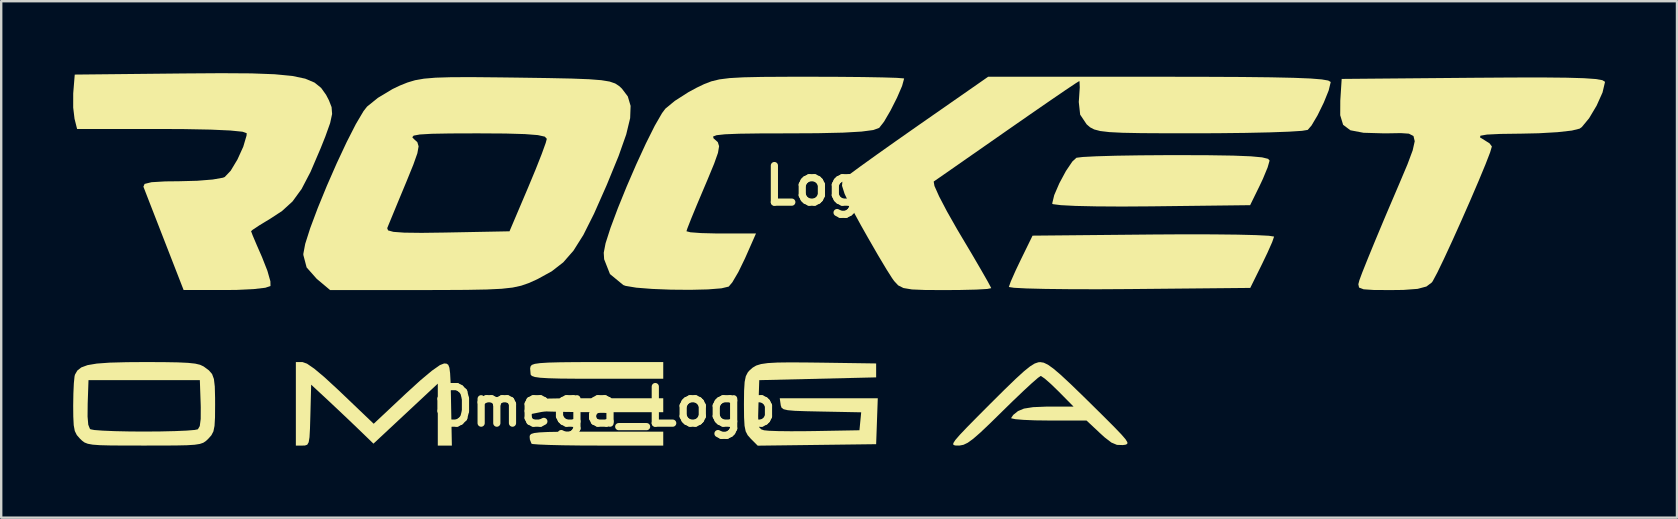
<source format=kicad_pcb>
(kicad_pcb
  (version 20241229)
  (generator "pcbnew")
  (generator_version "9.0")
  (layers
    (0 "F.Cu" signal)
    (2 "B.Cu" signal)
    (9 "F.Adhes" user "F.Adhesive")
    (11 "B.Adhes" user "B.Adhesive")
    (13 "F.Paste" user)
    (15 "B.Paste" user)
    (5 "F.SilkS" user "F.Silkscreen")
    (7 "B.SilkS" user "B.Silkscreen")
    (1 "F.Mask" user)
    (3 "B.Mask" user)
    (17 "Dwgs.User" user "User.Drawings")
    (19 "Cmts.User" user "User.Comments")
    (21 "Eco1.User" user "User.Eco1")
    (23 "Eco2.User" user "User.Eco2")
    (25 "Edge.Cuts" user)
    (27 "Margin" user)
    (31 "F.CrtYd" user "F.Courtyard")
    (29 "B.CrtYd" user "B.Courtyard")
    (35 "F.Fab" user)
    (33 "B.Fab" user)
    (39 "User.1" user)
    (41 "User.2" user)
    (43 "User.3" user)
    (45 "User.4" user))
  (footprint "Omega_Logo"
    (layer "F.Cu")
    (at 22.153 13.894)
    (property "Reference" "Omega_Logo" (at 0 0 0) (layer "F.SilkS") (effects (font (size 1.524 1.524) (thickness 0.3))))
    (attr board_only exclude_from_pos_files exclude_from_bom)
    (fp_poly (pts (xy 2.436 0.232) (xy -0.271 0.232) (xy -1.041 0.229) (xy -1.732 0.22) (xy -2.311 0.206) (xy -2.745 0.188) (xy -3.001 0.168) (xy -3.054 0.155) (xy -3.121 -0.016) (xy -3.132 -0.135) (xy -3.119 -0.202) (xy -3.065 -0.253) (xy -2.941 -0.291) (xy -2.72 -0.317) (xy -2.375 -0.334) (xy -1.879 -0.343) (xy -1.205 -0.347) (xy -0.348 -0.348) (xy 2.436 -0.348)) (stroke (width 0) (type solid)) (fill yes) (layer "F.SilkS"))
    (fp_poly (pts (xy 2.436 1.624) (xy -0.271 1.624) (xy -1.041 1.621) (xy -1.732 1.612) (xy -2.311 1.598) (xy -2.745 1.58) (xy -3.001 1.56) (xy -3.054 1.546) (xy -3.121 1.376) (xy -3.132 1.256) (xy -3.119 1.19) (xy -3.065 1.139) (xy -2.941 1.101) (xy -2.72 1.075) (xy -2.375 1.058) (xy -1.879 1.049) (xy -1.205 1.045) (xy -0.348 1.044) (xy 2.436 1.044)) (stroke (width 0) (type solid)) (fill yes) (layer "F.SilkS"))
    (fp_poly (pts (xy 2.436 -1.16) (xy -0.294 -1.16) (xy -1.175 -1.162) (xy -1.851 -1.168) (xy -2.348 -1.182) (xy -2.694 -1.203) (xy -2.915 -1.234) (xy -3.038 -1.277) (xy -3.089 -1.333) (xy -3.09 -1.334) (xy -3.111 -1.596) (xy -3.09 -1.682) (xy -3.039 -1.738) (xy -2.917 -1.781) (xy -2.696 -1.812) (xy -2.352 -1.834) (xy -1.856 -1.847) (xy -1.181 -1.854) (xy -0.302 -1.856) (xy 2.436 -1.856)) (stroke (width 0) (type solid)) (fill yes) (layer "F.SilkS"))
    (fp_poly (pts (xy -12.409 -1.789) (xy -12.107 -1.581) (xy -11.679 -1.222) (xy -11.114 -0.701) (xy -10.976 -0.57) (xy -9.63 0.715) (xy -8.291 -0.541) (xy -7.682 -1.096) (xy -7.206 -1.494) (xy -6.87 -1.73) (xy -6.695 -1.798) (xy -6.595 -1.79) (xy -6.524 -1.743) (xy -6.476 -1.622) (xy -6.446 -1.392) (xy -6.426 -1.018) (xy -6.412 -0.466) (xy -6.405 -0.087) (xy -6.373 1.624) (xy -6.959 1.624) (xy -6.959 -0.957) (xy -9.64 1.544) (xy -10.242 0.962) (xy -10.644 0.577) (xy -11.113 0.133) (xy -11.54 -0.268) (xy -12.236 -0.914) (xy -12.269 0.355) (xy -12.285 0.91) (xy -12.305 1.274) (xy -12.34 1.486) (xy -12.4 1.589) (xy -12.495 1.621) (xy -12.588 1.624) (xy -12.874 1.624) (xy -12.874 -1.856) (xy -12.598 -1.856)) (stroke (width 0) (type solid)) (fill yes) (layer "F.SilkS"))
    (fp_poly (pts (xy 8.467 -1.838) (xy 9.047 -1.831) (xy 11.308 -1.798) (xy 11.308 -1.218) (xy 6.437 -1.102) (xy 6.404 -0.09) (xy 6.391 0.396) (xy 6.399 0.699) (xy 6.438 0.867) (xy 6.519 0.948) (xy 6.635 0.987) (xy 6.839 1.007) (xy 7.229 1.021) (xy 7.757 1.027) (xy 8.377 1.024) (xy 8.757 1.019) (xy 10.612 0.986) (xy 10.685 0.238) (xy 9.025 0.206) (xy 8.374 0.192) (xy 7.92 0.176) (xy 7.625 0.15) (xy 7.453 0.11) (xy 7.368 0.048) (xy 7.335 -0.042) (xy 7.328 -0.087) (xy 7.291 -0.348) (xy 11.376 -0.348) (xy 11.308 1.566) (xy 8.841 1.597) (xy 6.373 1.628) (xy 6.086 1.341) (xy 5.955 1.193) (xy 5.871 1.031) (xy 5.824 0.8) (xy 5.804 0.448) (xy 5.799 -0.08) (xy 5.799 -0.111) (xy 5.805 -0.66) (xy 5.828 -1.029) (xy 5.877 -1.267) (xy 5.96 -1.427) (xy 6.028 -1.505) (xy 6.16 -1.622) (xy 6.31 -1.711) (xy 6.512 -1.773) (xy 6.796 -1.814) (xy 7.195 -1.836) (xy 7.742 -1.843)) (stroke (width 0) (type solid)) (fill yes) (layer "F.SilkS"))
    (fp_poly (pts (xy 18.293 -1.83) (xy 18.467 -1.746) (xy 18.694 -1.584) (xy 19 -1.323) (xy 19.408 -0.944) (xy 19.942 -0.427) (xy 20.231 -0.143) (xy 20.806 0.425) (xy 21.232 0.852) (xy 21.525 1.157) (xy 21.702 1.362) (xy 21.779 1.489) (xy 21.771 1.557) (xy 21.696 1.589) (xy 21.585 1.603) (xy 21.343 1.595) (xy 21.111 1.498) (xy 20.824 1.277) (xy 20.641 1.11) (xy 20.075 0.58) (xy 18.504 0.58) (xy 17.931 0.573) (xy 17.451 0.553) (xy 17.108 0.524) (xy 16.942 0.488) (xy 16.933 0.477) (xy 17.021 0.346) (xy 17.219 0.187) (xy 17.467 0.083) (xy 17.847 0.023) (xy 18.404 0.000447) (xy 18.52 0) (xy 19.535 0) (xy 18.905 -0.638) (xy 18.592 -0.941) (xy 18.334 -1.167) (xy 18.18 -1.273) (xy 18.165 -1.276) (xy 18.051 -1.198) (xy 17.802 -0.982) (xy 17.446 -0.653) (xy 17.012 -0.239) (xy 16.59 0.174) (xy 16.053 0.701) (xy 15.65 1.083) (xy 15.35 1.344) (xy 15.126 1.506) (xy 14.949 1.591) (xy 14.789 1.622) (xy 14.726 1.624) (xy 14.598 1.62) (xy 14.525 1.593) (xy 14.523 1.524) (xy 14.608 1.392) (xy 14.795 1.176) (xy 15.1 0.855) (xy 15.539 0.41) (xy 16.063 -0.116) (xy 16.658 -0.707) (xy 17.117 -1.151) (xy 17.463 -1.467) (xy 17.721 -1.675) (xy 17.914 -1.795) (xy 18.067 -1.847) (xy 18.15 -1.853)) (stroke (width 0) (type solid)) (fill yes) (layer "F.SilkS"))
    (fp_poly (pts (xy -18.381 -1.853) (xy -17.792 -1.843) (xy -17.366 -1.823) (xy -17.069 -1.791) (xy -16.866 -1.743) (xy -16.725 -1.677) (xy -16.698 -1.659) (xy -16.497 -1.51) (xy -16.365 -1.357) (xy -16.289 -1.15) (xy -16.252 -0.837) (xy -16.24 -0.368) (xy -16.239 -0.082) (xy -16.243 0.449) (xy -16.263 0.802) (xy -16.31 1.033) (xy -16.395 1.196) (xy -16.522 1.339) (xy -16.623 1.435) (xy -16.73 1.506) (xy -16.876 1.556) (xy -17.094 1.59) (xy -17.417 1.61) (xy -17.879 1.62) (xy -18.512 1.623) (xy -19.195 1.624) (xy -19.996 1.623) (xy -20.599 1.619) (xy -21.035 1.608) (xy -21.339 1.586) (xy -21.543 1.549) (xy -21.68 1.496) (xy -21.783 1.42) (xy -21.868 1.339) (xy -22.002 1.186) (xy -22.086 1.017) (xy -22.131 0.775) (xy -22.149 0.414) (xy -21.554 0.414) (xy -21.525 0.755) (xy -21.456 0.926) (xy -21.433 0.945) (xy -21.273 0.976) (xy -20.921 1.002) (xy -20.418 1.023) (xy -19.803 1.036) (xy -19.195 1.04) (xy -18.515 1.035) (xy -17.911 1.021) (xy -17.422 1) (xy -17.09 0.973) (xy -16.957 0.945) (xy -16.878 0.811) (xy -16.839 0.514) (xy -16.837 0.025) (xy -16.841 -0.126) (xy -16.875 -1.102) (xy -21.515 -1.102) (xy -21.549 -0.126) (xy -21.554 0.414) (xy -22.149 0.414) (xy -22.149 0.403) (xy -22.153 -0.043) (xy -22.145 -0.543) (xy -22.126 -0.968) (xy -22.097 -1.256) (xy -22.08 -1.329) (xy -21.982 -1.501) (xy -21.816 -1.632) (xy -21.555 -1.728) (xy -21.17 -1.793) (xy -20.633 -1.832) (xy -19.917 -1.851) (xy -19.169 -1.856)) (stroke (width 0) (type solid)) (fill yes) (layer "F.SilkS")))
  (footprint "Logo"
    (layer "F.Cu")
    (at 31.543 4.684)
    (property "Reference" "Logo" (at 0 0 0) (layer "F.SilkS") (effects (font (size 1.524 1.524) (thickness 0.3))))
    (attr board_only exclude_from_pos_files exclude_from_bom)
    (fp_poly (pts (xy 15.962 2.033) (xy 16.97 2.044) (xy 17.76 2.064) (xy 18.284 2.091) (xy 18.497 2.124) (xy 18.5 2.129) (xy 18.422 2.354) (xy 18.225 2.798) (xy 18.001 3.266) (xy 17.508 4.264) (xy 12.473 4.312) (xy 11.165 4.32) (xy 9.984 4.317) (xy 8.976 4.306) (xy 8.187 4.286) (xy 7.664 4.259) (xy 7.451 4.226) (xy 7.449 4.221) (xy 7.529 3.996) (xy 7.726 3.55) (xy 7.948 3.084) (xy 8.436 2.086) (xy 13.471 2.038) (xy 14.78 2.03)) (stroke (width 0) (type solid)) (fill yes) (layer "F.SilkS"))
    (fp_poly (pts (xy 15.785 -1.265) (xy 16.805 -1.249) (xy 17.532 -1.22) (xy 18.002 -1.176) (xy 18.251 -1.115) (xy 18.314 -1.043) (xy 18.232 -0.757) (xy 18.036 -0.283) (xy 17.903 0) (xy 17.503 0.816) (xy 13.378 0.865) (xy 12.156 0.873) (xy 11.089 0.866) (xy 10.225 0.847) (xy 9.609 0.815) (xy 9.288 0.774) (xy 9.253 0.752) (xy 9.339 0.397) (xy 9.552 -0.097) (xy 9.826 -0.606) (xy 10.095 -1.004) (xy 10.265 -1.16) (xy 10.526 -1.192) (xy 11.092 -1.221) (xy 11.905 -1.245) (xy 12.907 -1.261) (xy 14.041 -1.269) (xy 14.438 -1.27)) (stroke (width 0) (type solid)) (fill yes) (layer "F.SilkS"))
    (fp_poly (pts (xy -24.12 -4.676) (xy -23.149 -4.64) (xy -22.414 -4.569) (xy -21.874 -4.456) (xy -21.487 -4.293) (xy -21.211 -4.071) (xy -21.005 -3.783) (xy -20.886 -3.554) (xy -20.775 -3.27) (xy -20.753 -2.984) (xy -20.835 -2.606) (xy -21.036 -2.044) (xy -21.23 -1.558) (xy -21.652 -0.572) (xy -22.025 0.142) (xy -22.403 0.661) (xy -22.841 1.06) (xy -23.325 1.377) (xy -23.78 1.653) (xy -24.072 1.847) (xy -24.13 1.9) (xy -24.063 2.079) (xy -23.887 2.494) (xy -23.673 2.983) (xy -23.45 3.55) (xy -23.325 3.989) (xy -23.321 4.185) (xy -23.536 4.257) (xy -24.03 4.314) (xy -24.718 4.347) (xy -25.184 4.352) (xy -26.942 4.35) (xy -27.736 2.311) (xy -28.052 1.498) (xy -28.324 0.8) (xy -28.522 0.29) (xy -28.617 0.045) (xy -28.567 -0.07) (xy -28.279 -0.141) (xy -27.706 -0.175) (xy -27.131 -0.181) (xy -26.374 -0.201) (xy -25.73 -0.253) (xy -25.304 -0.328) (xy -25.228 -0.358) (xy -24.98 -0.619) (xy -24.698 -1.088) (xy -24.455 -1.622) (xy -24.32 -2.08) (xy -24.311 -2.181) (xy -24.488 -2.245) (xy -24.998 -2.296) (xy -25.813 -2.333) (xy -26.904 -2.354) (xy -27.846 -2.359) (xy -31.38 -2.359) (xy -31.487 -2.784) (xy -31.543 -3.251) (xy -31.542 -3.837) (xy -31.536 -3.918) (xy -31.478 -4.626) (xy -26.942 -4.673) (xy -25.371 -4.684)) (stroke (width 0) (type solid)) (fill yes) (layer "F.SilkS"))
    (fp_poly (pts (xy 30.696 -4.496) (xy 31.415 -4.475) (xy 31.899 -4.441) (xy 32.179 -4.393) (xy 32.287 -4.329) (xy 32.29 -4.312) (xy 32.188 -3.88) (xy 31.942 -3.332) (xy 31.628 -2.805) (xy 31.323 -2.437) (xy 31.233 -2.373) (xy 30.909 -2.293) (xy 30.312 -2.226) (xy 29.534 -2.181) (xy 28.814 -2.165) (xy 27.929 -2.153) (xy 27.37 -2.126) (xy 27.1 -2.079) (xy 27.082 -2.008) (xy 27.169 -1.956) (xy 27.479 -1.761) (xy 27.577 -1.631) (xy 27.505 -1.387) (xy 27.311 -0.885) (xy 27.025 -0.195) (xy 26.678 0.614) (xy 26.301 1.471) (xy 25.925 2.307) (xy 25.581 3.05) (xy 25.3 3.632) (xy 25.113 3.981) (xy 25.074 4.037) (xy 24.849 4.206) (xy 24.481 4.304) (xy 23.886 4.348) (xy 23.364 4.354) (xy 22.651 4.35) (xy 22.233 4.322) (xy 22.042 4.249) (xy 22.012 4.111) (xy 22.055 3.946) (xy 22.169 3.637) (xy 22.397 3.067) (xy 22.709 2.307) (xy 23.076 1.429) (xy 23.22 1.089) (xy 23.704 -0.044) (xy 24.058 -0.882) (xy 24.277 -1.469) (xy 24.362 -1.849) (xy 24.31 -2.066) (xy 24.118 -2.164) (xy 23.786 -2.187) (xy 23.31 -2.179) (xy 23.076 -2.177) (xy 22.228 -2.201) (xy 21.681 -2.305) (xy 21.378 -2.533) (xy 21.257 -2.931) (xy 21.26 -3.545) (xy 21.262 -3.569) (xy 21.318 -4.445) (xy 26.806 -4.493) (xy 28.423 -4.504) (xy 29.709 -4.506)) (stroke (width 0) (type solid)) (fill yes) (layer "F.SilkS"))
    (fp_poly (pts (xy 0.359 -4.532) (xy 1.366 -4.523) (xy 2.187 -4.508) (xy 2.77 -4.49) (xy 3.061 -4.468) (xy 3.084 -4.46) (xy 2.999 -4.151) (xy 2.788 -3.663) (xy 2.515 -3.123) (xy 2.245 -2.661) (xy 2.044 -2.404) (xy 2.044 -2.404) (xy 1.799 -2.316) (xy 1.31 -2.251) (xy 0.546 -2.207) (xy -0.523 -2.183) (xy -1.702 -2.177) (xy -2.906 -2.174) (xy -3.786 -2.162) (xy -4.382 -2.138) (xy -4.733 -2.1) (xy -4.878 -2.044) (xy -4.857 -1.967) (xy -4.819 -1.936) (xy -4.68 -1.809) (xy -4.627 -1.641) (xy -4.673 -1.365) (xy -4.833 -0.914) (xy -5.12 -0.219) (xy -5.238 0.058) (xy -5.547 0.789) (xy -5.794 1.389) (xy -5.949 1.785) (xy -5.987 1.903) (xy -5.82 1.946) (xy -5.376 1.979) (xy -4.741 1.995) (xy -4.538 1.996) (xy -3.089 1.996) (xy -3.547 3.033) (xy -3.823 3.601) (xy -4.076 4.032) (xy -4.226 4.209) (xy -4.527 4.281) (xy -5.093 4.326) (xy -5.827 4.344) (xy -6.634 4.337) (xy -7.416 4.306) (xy -8.078 4.254) (xy -8.521 4.18) (xy -8.618 4.145) (xy -9.174 3.687) (xy -9.417 3.07) (xy -9.434 2.799) (xy -9.358 2.405) (xy -9.152 1.763) (xy -8.848 0.949) (xy -8.479 0.04) (xy -8.077 -0.888) (xy -7.676 -1.758) (xy -7.308 -2.494) (xy -7.005 -3.019) (xy -6.866 -3.205) (xy -6.474 -3.529) (xy -5.907 -3.892) (xy -5.558 -4.081) (xy -5.243 -4.232) (xy -4.947 -4.345) (xy -4.614 -4.426) (xy -4.187 -4.48) (xy -3.609 -4.512) (xy -2.824 -4.529) (xy -1.775 -4.535) (xy -0.781 -4.536)) (stroke (width 0) (type solid)) (fill yes) (layer "F.SilkS"))
    (fp_poly (pts (xy 15.599 -4.533) (xy 17.138 -4.526) (xy 18.368 -4.512) (xy 19.318 -4.491) (xy 20.015 -4.463) (xy 20.485 -4.425) (xy 20.757 -4.378) (xy 20.858 -4.32) (xy 20.86 -4.309) (xy 20.776 -3.963) (xy 20.572 -3.459) (xy 20.313 -2.929) (xy 20.06 -2.502) (xy 19.903 -2.321) (xy 19.666 -2.282) (xy 19.12 -2.247) (xy 18.318 -2.218) (xy 17.313 -2.196) (xy 16.158 -2.183) (xy 15.376 -2.18) (xy 14.014 -2.18) (xy 12.968 -2.186) (xy 12.19 -2.201) (xy 11.635 -2.229) (xy 11.255 -2.274) (xy 11.004 -2.34) (xy 10.833 -2.429) (xy 10.697 -2.547) (xy 10.687 -2.557) (xy 10.42 -2.956) (xy 10.362 -3.484) (xy 10.374 -3.646) (xy 10.403 -4.093) (xy 10.393 -4.338) (xy 10.381 -4.354) (xy 10.221 -4.255) (xy 9.81 -3.98) (xy 9.194 -3.559) (xy 8.418 -3.024) (xy 7.53 -2.407) (xy 7.395 -2.313) (xy 6.486 -1.679) (xy 5.676 -1.115) (xy 5.014 -0.653) (xy 4.548 -0.329) (xy 4.324 -0.174) (xy 4.316 -0.168) (xy 4.348 0.016) (xy 4.542 0.45) (xy 4.868 1.073) (xy 5.296 1.827) (xy 5.438 2.066) (xy 5.903 2.847) (xy 6.291 3.512) (xy 6.57 4) (xy 6.705 4.254) (xy 6.713 4.275) (xy 6.544 4.308) (xy 6.087 4.334) (xy 5.418 4.35) (xy 4.82 4.354) (xy 3.972 4.351) (xy 3.41 4.328) (xy 3.056 4.269) (xy 2.834 4.157) (xy 2.666 3.975) (xy 2.581 3.855) (xy 2.348 3.488) (xy 1.994 2.896) (xy 1.576 2.171) (xy 1.284 1.654) (xy 0.859 0.875) (xy 0.604 0.346) (xy 0.496 0.007) (xy 0.514 -0.199) (xy 0.574 -0.283) (xy 0.794 -0.456) (xy 1.262 -0.8) (xy 1.926 -1.277) (xy 2.738 -1.852) (xy 3.644 -2.487) (xy 3.701 -2.527) (xy 6.586 -4.536) (xy 13.725 -4.536)) (stroke (width 0) (type solid)) (fill yes) (layer "F.SilkS"))
    (fp_poly (pts (xy -13.766 -4.509) (xy -13.057 -4.5) (xy -11.755 -4.481) (xy -10.766 -4.46) (xy -10.042 -4.432) (xy -9.532 -4.392) (xy -9.187 -4.335) (xy -8.957 -4.256) (xy -8.793 -4.149) (xy -8.677 -4.041) (xy -8.431 -3.716) (xy -8.314 -3.322) (xy -8.333 -2.811) (xy -8.497 -2.132) (xy -8.814 -1.234) (xy -9.292 -0.067) (xy -9.32 0) (xy -9.838 1.171) (xy -10.282 2.056) (xy -10.696 2.713) (xy -11.122 3.2) (xy -11.604 3.574) (xy -12.185 3.893) (xy -12.246 3.922) (xy -12.566 4.065) (xy -12.875 4.172) (xy -13.231 4.249) (xy -13.691 4.3) (xy -14.312 4.33) (xy -15.15 4.346) (xy -16.264 4.352) (xy -16.995 4.353) (xy -20.836 4.354) (xy -21.395 3.885) (xy -21.815 3.411) (xy -21.952 2.891) (xy -21.952 2.841) (xy -21.874 2.427) (xy -21.666 1.774) (xy -18.457 1.774) (xy -18.421 1.867) (xy -18.2 1.928) (xy -17.747 1.961) (xy -17.021 1.97) (xy -15.977 1.956) (xy -15.955 1.955) (xy -13.361 1.905) (xy -12.59 0.091) (xy -12.273 -0.671) (xy -12.017 -1.32) (xy -11.852 -1.777) (xy -11.806 -1.95) (xy -11.89 -2.04) (xy -12.18 -2.104) (xy -12.715 -2.146) (xy -13.533 -2.17) (xy -14.673 -2.177) (xy -14.73 -2.177) (xy -15.827 -2.173) (xy -16.603 -2.159) (xy -17.098 -2.13) (xy -17.354 -2.083) (xy -17.413 -2.015) (xy -17.343 -1.939) (xy -17.201 -1.809) (xy -17.149 -1.636) (xy -17.2 -1.348) (xy -17.367 -0.876) (xy -17.663 -0.147) (xy -17.691 -0.08) (xy -17.992 0.644) (xy -18.244 1.255) (xy -18.413 1.665) (xy -18.457 1.774) (xy -21.666 1.774) (xy -21.663 1.766) (xy -21.352 0.936) (xy -20.973 0.011) (xy -20.56 -0.931) (xy -20.146 -1.814) (xy -19.764 -2.563) (xy -19.446 -3.1) (xy -19.299 -3.29) (xy -18.846 -3.656) (xy -18.235 -4.023) (xy -17.929 -4.169) (xy -17.613 -4.296) (xy -17.296 -4.391) (xy -16.924 -4.456) (xy -16.441 -4.497) (xy -15.791 -4.517) (xy -14.918 -4.52)) (stroke (width 0) (type solid)) (fill yes) (layer "F.SilkS")))
  (gr_rect
    (start -3 -3)
    (end 66.834 18.522)
    (stroke (width 0.1) (type default))
    (fill no)
    (layer "Edge.Cuts")))
</source>
